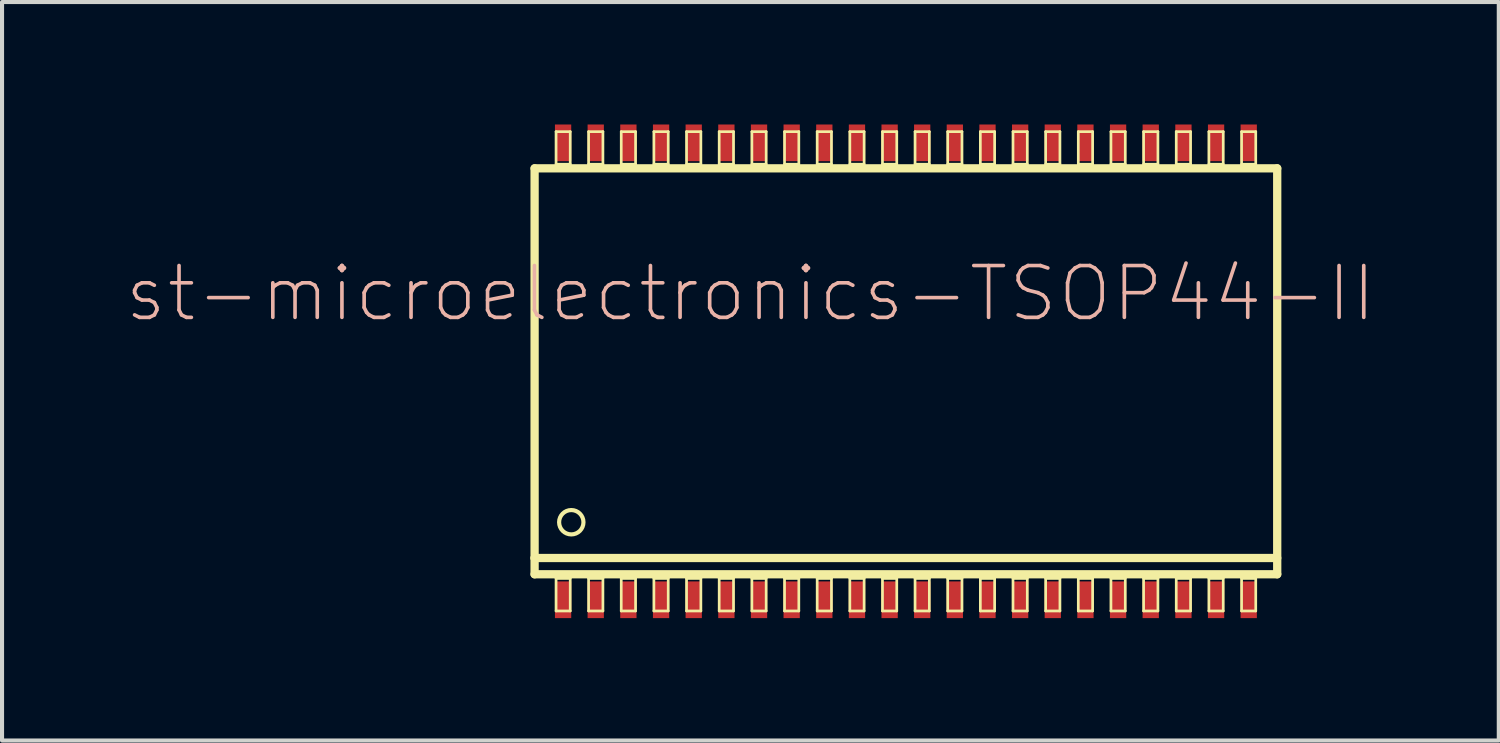
<source format=kicad_pcb>
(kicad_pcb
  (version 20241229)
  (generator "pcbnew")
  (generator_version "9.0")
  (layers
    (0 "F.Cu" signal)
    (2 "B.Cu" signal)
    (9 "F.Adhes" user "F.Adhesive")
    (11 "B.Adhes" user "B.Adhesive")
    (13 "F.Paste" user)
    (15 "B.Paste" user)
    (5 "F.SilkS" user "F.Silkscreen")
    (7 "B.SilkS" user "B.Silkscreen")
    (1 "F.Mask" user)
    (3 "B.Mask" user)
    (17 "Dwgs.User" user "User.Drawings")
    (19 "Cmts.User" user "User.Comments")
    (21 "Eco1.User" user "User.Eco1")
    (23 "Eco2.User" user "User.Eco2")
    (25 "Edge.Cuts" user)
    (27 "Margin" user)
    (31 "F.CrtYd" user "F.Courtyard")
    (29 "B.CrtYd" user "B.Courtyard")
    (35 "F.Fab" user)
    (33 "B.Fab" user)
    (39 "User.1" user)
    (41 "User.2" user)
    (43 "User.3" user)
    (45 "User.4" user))
  (footprint "st-microelectronics-TSOP44-II"
    (layer "F.Cu")
    (at 19.147 6.048)
    (property "Reference" "st-microelectronics-TSOP44-II" (at -3.81 -1.905 0) (layer "B.SilkS") (effects (font (size 1.27 1.27) (thickness 0.089))))
    (attr smd)
    (fp_line (start -9.098 -4.973) (end -9.098 4.575) (stroke (width 0.203) (type solid)) (layer "F.SilkS"))
    (fp_line (start -9.098 4.575) (end -9.098 4.973) (stroke (width 0.203) (type solid)) (layer "F.SilkS"))
    (fp_line (start -9.098 4.575) (end 9.098 4.575) (stroke (width 0.203) (type solid)) (layer "F.SilkS"))
    (fp_line (start -9.098 4.973) (end 9.098 4.973) (stroke (width 0.203) (type solid)) (layer "F.SilkS"))
    (fp_line (start -8.572 -5.872) (end -8.225 -5.872) (stroke (width 0.066) (type solid)) (layer "F.SilkS"))
    (fp_line (start -8.572 -5.075) (end -8.572 -5.872) (stroke (width 0.066) (type solid)) (layer "F.SilkS"))
    (fp_line (start -8.572 -5.075) (end -8.225 -5.075) (stroke (width 0.066) (type solid)) (layer "F.SilkS"))
    (fp_line (start -8.572 5.075) (end -8.225 5.075) (stroke (width 0.066) (type solid)) (layer "F.SilkS"))
    (fp_line (start -8.572 5.872) (end -8.572 5.075) (stroke (width 0.066) (type solid)) (layer "F.SilkS"))
    (fp_line (start -8.572 5.872) (end -8.225 5.872) (stroke (width 0.066) (type solid)) (layer "F.SilkS"))
    (fp_line (start -8.225 -5.075) (end -8.225 -5.872) (stroke (width 0.066) (type solid)) (layer "F.SilkS"))
    (fp_line (start -8.225 5.872) (end -8.225 5.075) (stroke (width 0.066) (type solid)) (layer "F.SilkS"))
    (fp_line (start -7.775 -5.872) (end -7.424 -5.872) (stroke (width 0.066) (type solid)) (layer "F.SilkS"))
    (fp_line (start -7.775 -5.075) (end -7.775 -5.872) (stroke (width 0.066) (type solid)) (layer "F.SilkS"))
    (fp_line (start -7.775 -5.075) (end -7.424 -5.075) (stroke (width 0.066) (type solid)) (layer "F.SilkS"))
    (fp_line (start -7.775 5.075) (end -7.424 5.075) (stroke (width 0.066) (type solid)) (layer "F.SilkS"))
    (fp_line (start -7.775 5.872) (end -7.775 5.075) (stroke (width 0.066) (type solid)) (layer "F.SilkS"))
    (fp_line (start -7.775 5.872) (end -7.424 5.872) (stroke (width 0.066) (type solid)) (layer "F.SilkS"))
    (fp_line (start -7.424 -5.075) (end -7.424 -5.872) (stroke (width 0.066) (type solid)) (layer "F.SilkS"))
    (fp_line (start -7.424 5.872) (end -7.424 5.075) (stroke (width 0.066) (type solid)) (layer "F.SilkS"))
    (fp_line (start -6.975 -5.872) (end -6.624 -5.872) (stroke (width 0.066) (type solid)) (layer "F.SilkS"))
    (fp_line (start -6.975 -5.075) (end -6.975 -5.872) (stroke (width 0.066) (type solid)) (layer "F.SilkS"))
    (fp_line (start -6.975 -5.075) (end -6.624 -5.075) (stroke (width 0.066) (type solid)) (layer "F.SilkS"))
    (fp_line (start -6.975 5.075) (end -6.624 5.075) (stroke (width 0.066) (type solid)) (layer "F.SilkS"))
    (fp_line (start -6.975 5.872) (end -6.975 5.075) (stroke (width 0.066) (type solid)) (layer "F.SilkS"))
    (fp_line (start -6.975 5.872) (end -6.624 5.872) (stroke (width 0.066) (type solid)) (layer "F.SilkS"))
    (fp_line (start -6.624 -5.075) (end -6.624 -5.872) (stroke (width 0.066) (type solid)) (layer "F.SilkS"))
    (fp_line (start -6.624 5.872) (end -6.624 5.075) (stroke (width 0.066) (type solid)) (layer "F.SilkS"))
    (fp_line (start -6.175 -5.872) (end -5.824 -5.872) (stroke (width 0.066) (type solid)) (layer "F.SilkS"))
    (fp_line (start -6.175 -5.075) (end -6.175 -5.872) (stroke (width 0.066) (type solid)) (layer "F.SilkS"))
    (fp_line (start -6.175 -5.075) (end -5.824 -5.075) (stroke (width 0.066) (type solid)) (layer "F.SilkS"))
    (fp_line (start -6.175 5.075) (end -5.824 5.075) (stroke (width 0.066) (type solid)) (layer "F.SilkS"))
    (fp_line (start -6.175 5.872) (end -6.175 5.075) (stroke (width 0.066) (type solid)) (layer "F.SilkS"))
    (fp_line (start -6.175 5.872) (end -5.824 5.872) (stroke (width 0.066) (type solid)) (layer "F.SilkS"))
    (fp_line (start -5.824 -5.075) (end -5.824 -5.872) (stroke (width 0.066) (type solid)) (layer "F.SilkS"))
    (fp_line (start -5.824 5.872) (end -5.824 5.075) (stroke (width 0.066) (type solid)) (layer "F.SilkS"))
    (fp_line (start -5.375 -5.872) (end -5.024 -5.872) (stroke (width 0.066) (type solid)) (layer "F.SilkS"))
    (fp_line (start -5.375 -5.075) (end -5.375 -5.872) (stroke (width 0.066) (type solid)) (layer "F.SilkS"))
    (fp_line (start -5.375 -5.075) (end -5.024 -5.075) (stroke (width 0.066) (type solid)) (layer "F.SilkS"))
    (fp_line (start -5.375 5.075) (end -5.024 5.075) (stroke (width 0.066) (type solid)) (layer "F.SilkS"))
    (fp_line (start -5.375 5.872) (end -5.375 5.075) (stroke (width 0.066) (type solid)) (layer "F.SilkS"))
    (fp_line (start -5.375 5.872) (end -5.024 5.872) (stroke (width 0.066) (type solid)) (layer "F.SilkS"))
    (fp_line (start -5.024 -5.075) (end -5.024 -5.872) (stroke (width 0.066) (type solid)) (layer "F.SilkS"))
    (fp_line (start -5.024 5.872) (end -5.024 5.075) (stroke (width 0.066) (type solid)) (layer "F.SilkS"))
    (fp_line (start -4.575 -5.872) (end -4.224 -5.872) (stroke (width 0.066) (type solid)) (layer "F.SilkS"))
    (fp_line (start -4.575 -5.075) (end -4.575 -5.872) (stroke (width 0.066) (type solid)) (layer "F.SilkS"))
    (fp_line (start -4.575 -5.075) (end -4.224 -5.075) (stroke (width 0.066) (type solid)) (layer "F.SilkS"))
    (fp_line (start -4.575 5.075) (end -4.224 5.075) (stroke (width 0.066) (type solid)) (layer "F.SilkS"))
    (fp_line (start -4.575 5.872) (end -4.575 5.075) (stroke (width 0.066) (type solid)) (layer "F.SilkS"))
    (fp_line (start -4.575 5.872) (end -4.224 5.872) (stroke (width 0.066) (type solid)) (layer "F.SilkS"))
    (fp_line (start -4.224 -5.075) (end -4.224 -5.872) (stroke (width 0.066) (type solid)) (layer "F.SilkS"))
    (fp_line (start -4.224 5.872) (end -4.224 5.075) (stroke (width 0.066) (type solid)) (layer "F.SilkS"))
    (fp_line (start -3.774 -5.872) (end -3.424 -5.872) (stroke (width 0.066) (type solid)) (layer "F.SilkS"))
    (fp_line (start -3.774 -5.075) (end -3.774 -5.872) (stroke (width 0.066) (type solid)) (layer "F.SilkS"))
    (fp_line (start -3.774 -5.075) (end -3.424 -5.075) (stroke (width 0.066) (type solid)) (layer "F.SilkS"))
    (fp_line (start -3.774 5.075) (end -3.424 5.075) (stroke (width 0.066) (type solid)) (layer "F.SilkS"))
    (fp_line (start -3.774 5.872) (end -3.774 5.075) (stroke (width 0.066) (type solid)) (layer "F.SilkS"))
    (fp_line (start -3.774 5.872) (end -3.424 5.872) (stroke (width 0.066) (type solid)) (layer "F.SilkS"))
    (fp_line (start -3.424 -5.075) (end -3.424 -5.872) (stroke (width 0.066) (type solid)) (layer "F.SilkS"))
    (fp_line (start -3.424 5.872) (end -3.424 5.075) (stroke (width 0.066) (type solid)) (layer "F.SilkS"))
    (fp_line (start -2.974 -5.872) (end -2.624 -5.872) (stroke (width 0.066) (type solid)) (layer "F.SilkS"))
    (fp_line (start -2.974 -5.075) (end -2.974 -5.872) (stroke (width 0.066) (type solid)) (layer "F.SilkS"))
    (fp_line (start -2.974 -5.075) (end -2.624 -5.075) (stroke (width 0.066) (type solid)) (layer "F.SilkS"))
    (fp_line (start -2.974 5.075) (end -2.624 5.075) (stroke (width 0.066) (type solid)) (layer "F.SilkS"))
    (fp_line (start -2.974 5.872) (end -2.974 5.075) (stroke (width 0.066) (type solid)) (layer "F.SilkS"))
    (fp_line (start -2.974 5.872) (end -2.624 5.872) (stroke (width 0.066) (type solid)) (layer "F.SilkS"))
    (fp_line (start -2.624 -5.075) (end -2.624 -5.872) (stroke (width 0.066) (type solid)) (layer "F.SilkS"))
    (fp_line (start -2.624 5.872) (end -2.624 5.075) (stroke (width 0.066) (type solid)) (layer "F.SilkS"))
    (fp_line (start -2.174 -5.872) (end -1.824 -5.872) (stroke (width 0.066) (type solid)) (layer "F.SilkS"))
    (fp_line (start -2.174 -5.075) (end -2.174 -5.872) (stroke (width 0.066) (type solid)) (layer "F.SilkS"))
    (fp_line (start -2.174 -5.075) (end -1.824 -5.075) (stroke (width 0.066) (type solid)) (layer "F.SilkS"))
    (fp_line (start -2.174 5.075) (end -1.824 5.075) (stroke (width 0.066) (type solid)) (layer "F.SilkS"))
    (fp_line (start -2.174 5.872) (end -2.174 5.075) (stroke (width 0.066) (type solid)) (layer "F.SilkS"))
    (fp_line (start -2.174 5.872) (end -1.824 5.872) (stroke (width 0.066) (type solid)) (layer "F.SilkS"))
    (fp_line (start -1.824 -5.075) (end -1.824 -5.872) (stroke (width 0.066) (type solid)) (layer "F.SilkS"))
    (fp_line (start -1.824 5.872) (end -1.824 5.075) (stroke (width 0.066) (type solid)) (layer "F.SilkS"))
    (fp_line (start -1.374 -5.872) (end -1.024 -5.872) (stroke (width 0.066) (type solid)) (layer "F.SilkS"))
    (fp_line (start -1.374 -5.075) (end -1.374 -5.872) (stroke (width 0.066) (type solid)) (layer "F.SilkS"))
    (fp_line (start -1.374 -5.075) (end -1.024 -5.075) (stroke (width 0.066) (type solid)) (layer "F.SilkS"))
    (fp_line (start -1.374 5.075) (end -1.024 5.075) (stroke (width 0.066) (type solid)) (layer "F.SilkS"))
    (fp_line (start -1.374 5.872) (end -1.374 5.075) (stroke (width 0.066) (type solid)) (layer "F.SilkS"))
    (fp_line (start -1.374 5.872) (end -1.024 5.872) (stroke (width 0.066) (type solid)) (layer "F.SilkS"))
    (fp_line (start -1.024 -5.075) (end -1.024 -5.872) (stroke (width 0.066) (type solid)) (layer "F.SilkS"))
    (fp_line (start -1.024 5.872) (end -1.024 5.075) (stroke (width 0.066) (type solid)) (layer "F.SilkS"))
    (fp_line (start -0.574 -5.872) (end -0.224 -5.872) (stroke (width 0.066) (type solid)) (layer "F.SilkS"))
    (fp_line (start -0.574 -5.075) (end -0.574 -5.872) (stroke (width 0.066) (type solid)) (layer "F.SilkS"))
    (fp_line (start -0.574 -5.075) (end -0.224 -5.075) (stroke (width 0.066) (type solid)) (layer "F.SilkS"))
    (fp_line (start -0.574 5.075) (end -0.224 5.075) (stroke (width 0.066) (type solid)) (layer "F.SilkS"))
    (fp_line (start -0.574 5.872) (end -0.574 5.075) (stroke (width 0.066) (type solid)) (layer "F.SilkS"))
    (fp_line (start -0.574 5.872) (end -0.224 5.872) (stroke (width 0.066) (type solid)) (layer "F.SilkS"))
    (fp_line (start -0.224 -5.075) (end -0.224 -5.872) (stroke (width 0.066) (type solid)) (layer "F.SilkS"))
    (fp_line (start -0.224 5.872) (end -0.224 5.075) (stroke (width 0.066) (type solid)) (layer "F.SilkS"))
    (fp_line (start 0.224 -5.872) (end 0.574 -5.872) (stroke (width 0.066) (type solid)) (layer "F.SilkS"))
    (fp_line (start 0.224 -5.075) (end 0.224 -5.872) (stroke (width 0.066) (type solid)) (layer "F.SilkS"))
    (fp_line (start 0.224 -5.075) (end 0.574 -5.075) (stroke (width 0.066) (type solid)) (layer "F.SilkS"))
    (fp_line (start 0.224 5.075) (end 0.574 5.075) (stroke (width 0.066) (type solid)) (layer "F.SilkS"))
    (fp_line (start 0.224 5.872) (end 0.224 5.075) (stroke (width 0.066) (type solid)) (layer "F.SilkS"))
    (fp_line (start 0.224 5.872) (end 0.574 5.872) (stroke (width 0.066) (type solid)) (layer "F.SilkS"))
    (fp_line (start 0.574 -5.075) (end 0.574 -5.872) (stroke (width 0.066) (type solid)) (layer "F.SilkS"))
    (fp_line (start 0.574 5.872) (end 0.574 5.075) (stroke (width 0.066) (type solid)) (layer "F.SilkS"))
    (fp_line (start 1.024 -5.872) (end 1.374 -5.872) (stroke (width 0.066) (type solid)) (layer "F.SilkS"))
    (fp_line (start 1.024 -5.075) (end 1.024 -5.872) (stroke (width 0.066) (type solid)) (layer "F.SilkS"))
    (fp_line (start 1.024 -5.075) (end 1.374 -5.075) (stroke (width 0.066) (type solid)) (layer "F.SilkS"))
    (fp_line (start 1.024 5.075) (end 1.374 5.075) (stroke (width 0.066) (type solid)) (layer "F.SilkS"))
    (fp_line (start 1.024 5.872) (end 1.024 5.075) (stroke (width 0.066) (type solid)) (layer "F.SilkS"))
    (fp_line (start 1.024 5.872) (end 1.374 5.872) (stroke (width 0.066) (type solid)) (layer "F.SilkS"))
    (fp_line (start 1.374 -5.075) (end 1.374 -5.872) (stroke (width 0.066) (type solid)) (layer "F.SilkS"))
    (fp_line (start 1.374 5.872) (end 1.374 5.075) (stroke (width 0.066) (type solid)) (layer "F.SilkS"))
    (fp_line (start 1.824 -5.872) (end 2.174 -5.872) (stroke (width 0.066) (type solid)) (layer "F.SilkS"))
    (fp_line (start 1.824 -5.075) (end 1.824 -5.872) (stroke (width 0.066) (type solid)) (layer "F.SilkS"))
    (fp_line (start 1.824 -5.075) (end 2.174 -5.075) (stroke (width 0.066) (type solid)) (layer "F.SilkS"))
    (fp_line (start 1.824 5.075) (end 2.174 5.075) (stroke (width 0.066) (type solid)) (layer "F.SilkS"))
    (fp_line (start 1.824 5.872) (end 1.824 5.075) (stroke (width 0.066) (type solid)) (layer "F.SilkS"))
    (fp_line (start 1.824 5.872) (end 2.174 5.872) (stroke (width 0.066) (type solid)) (layer "F.SilkS"))
    (fp_line (start 2.174 -5.075) (end 2.174 -5.872) (stroke (width 0.066) (type solid)) (layer "F.SilkS"))
    (fp_line (start 2.174 5.872) (end 2.174 5.075) (stroke (width 0.066) (type solid)) (layer "F.SilkS"))
    (fp_line (start 2.624 -5.872) (end 2.974 -5.872) (stroke (width 0.066) (type solid)) (layer "F.SilkS"))
    (fp_line (start 2.624 -5.075) (end 2.624 -5.872) (stroke (width 0.066) (type solid)) (layer "F.SilkS"))
    (fp_line (start 2.624 -5.075) (end 2.974 -5.075) (stroke (width 0.066) (type solid)) (layer "F.SilkS"))
    (fp_line (start 2.624 5.075) (end 2.974 5.075) (stroke (width 0.066) (type solid)) (layer "F.SilkS"))
    (fp_line (start 2.624 5.872) (end 2.624 5.075) (stroke (width 0.066) (type solid)) (layer "F.SilkS"))
    (fp_line (start 2.624 5.872) (end 2.974 5.872) (stroke (width 0.066) (type solid)) (layer "F.SilkS"))
    (fp_line (start 2.974 -5.075) (end 2.974 -5.872) (stroke (width 0.066) (type solid)) (layer "F.SilkS"))
    (fp_line (start 2.974 5.872) (end 2.974 5.075) (stroke (width 0.066) (type solid)) (layer "F.SilkS"))
    (fp_line (start 3.424 -5.872) (end 3.774 -5.872) (stroke (width 0.066) (type solid)) (layer "F.SilkS"))
    (fp_line (start 3.424 -5.075) (end 3.424 -5.872) (stroke (width 0.066) (type solid)) (layer "F.SilkS"))
    (fp_line (start 3.424 -5.075) (end 3.774 -5.075) (stroke (width 0.066) (type solid)) (layer "F.SilkS"))
    (fp_line (start 3.424 5.075) (end 3.774 5.075) (stroke (width 0.066) (type solid)) (layer "F.SilkS"))
    (fp_line (start 3.424 5.872) (end 3.424 5.075) (stroke (width 0.066) (type solid)) (layer "F.SilkS"))
    (fp_line (start 3.424 5.872) (end 3.774 5.872) (stroke (width 0.066) (type solid)) (layer "F.SilkS"))
    (fp_line (start 3.774 -5.075) (end 3.774 -5.872) (stroke (width 0.066) (type solid)) (layer "F.SilkS"))
    (fp_line (start 3.774 5.872) (end 3.774 5.075) (stroke (width 0.066) (type solid)) (layer "F.SilkS"))
    (fp_line (start 4.224 -5.872) (end 4.575 -5.872) (stroke (width 0.066) (type solid)) (layer "F.SilkS"))
    (fp_line (start 4.224 -5.075) (end 4.224 -5.872) (stroke (width 0.066) (type solid)) (layer "F.SilkS"))
    (fp_line (start 4.224 -5.075) (end 4.575 -5.075) (stroke (width 0.066) (type solid)) (layer "F.SilkS"))
    (fp_line (start 4.224 5.075) (end 4.575 5.075) (stroke (width 0.066) (type solid)) (layer "F.SilkS"))
    (fp_line (start 4.224 5.872) (end 4.224 5.075) (stroke (width 0.066) (type solid)) (layer "F.SilkS"))
    (fp_line (start 4.224 5.872) (end 4.575 5.872) (stroke (width 0.066) (type solid)) (layer "F.SilkS"))
    (fp_line (start 4.575 -5.075) (end 4.575 -5.872) (stroke (width 0.066) (type solid)) (layer "F.SilkS"))
    (fp_line (start 4.575 5.872) (end 4.575 5.075) (stroke (width 0.066) (type solid)) (layer "F.SilkS"))
    (fp_line (start 5.024 -5.872) (end 5.375 -5.872) (stroke (width 0.066) (type solid)) (layer "F.SilkS"))
    (fp_line (start 5.024 -5.075) (end 5.024 -5.872) (stroke (width 0.066) (type solid)) (layer "F.SilkS"))
    (fp_line (start 5.024 -5.075) (end 5.375 -5.075) (stroke (width 0.066) (type solid)) (layer "F.SilkS"))
    (fp_line (start 5.024 5.075) (end 5.375 5.075) (stroke (width 0.066) (type solid)) (layer "F.SilkS"))
    (fp_line (start 5.024 5.872) (end 5.024 5.075) (stroke (width 0.066) (type solid)) (layer "F.SilkS"))
    (fp_line (start 5.024 5.872) (end 5.375 5.872) (stroke (width 0.066) (type solid)) (layer "F.SilkS"))
    (fp_line (start 5.375 -5.075) (end 5.375 -5.872) (stroke (width 0.066) (type solid)) (layer "F.SilkS"))
    (fp_line (start 5.375 5.872) (end 5.375 5.075) (stroke (width 0.066) (type solid)) (layer "F.SilkS"))
    (fp_line (start 5.824 -5.872) (end 6.175 -5.872) (stroke (width 0.066) (type solid)) (layer "F.SilkS"))
    (fp_line (start 5.824 -5.075) (end 5.824 -5.872) (stroke (width 0.066) (type solid)) (layer "F.SilkS"))
    (fp_line (start 5.824 -5.075) (end 6.175 -5.075) (stroke (width 0.066) (type solid)) (layer "F.SilkS"))
    (fp_line (start 5.824 5.075) (end 6.175 5.075) (stroke (width 0.066) (type solid)) (layer "F.SilkS"))
    (fp_line (start 5.824 5.872) (end 5.824 5.075) (stroke (width 0.066) (type solid)) (layer "F.SilkS"))
    (fp_line (start 5.824 5.872) (end 6.175 5.872) (stroke (width 0.066) (type solid)) (layer "F.SilkS"))
    (fp_line (start 6.175 -5.075) (end 6.175 -5.872) (stroke (width 0.066) (type solid)) (layer "F.SilkS"))
    (fp_line (start 6.175 5.872) (end 6.175 5.075) (stroke (width 0.066) (type solid)) (layer "F.SilkS"))
    (fp_line (start 6.624 -5.872) (end 6.975 -5.872) (stroke (width 0.066) (type solid)) (layer "F.SilkS"))
    (fp_line (start 6.624 -5.075) (end 6.624 -5.872) (stroke (width 0.066) (type solid)) (layer "F.SilkS"))
    (fp_line (start 6.624 -5.075) (end 6.975 -5.075) (stroke (width 0.066) (type solid)) (layer "F.SilkS"))
    (fp_line (start 6.624 5.075) (end 6.975 5.075) (stroke (width 0.066) (type solid)) (layer "F.SilkS"))
    (fp_line (start 6.624 5.872) (end 6.624 5.075) (stroke (width 0.066) (type solid)) (layer "F.SilkS"))
    (fp_line (start 6.624 5.872) (end 6.975 5.872) (stroke (width 0.066) (type solid)) (layer "F.SilkS"))
    (fp_line (start 6.975 -5.075) (end 6.975 -5.872) (stroke (width 0.066) (type solid)) (layer "F.SilkS"))
    (fp_line (start 6.975 5.872) (end 6.975 5.075) (stroke (width 0.066) (type solid)) (layer "F.SilkS"))
    (fp_line (start 7.424 -5.872) (end 7.775 -5.872) (stroke (width 0.066) (type solid)) (layer "F.SilkS"))
    (fp_line (start 7.424 -5.075) (end 7.424 -5.872) (stroke (width 0.066) (type solid)) (layer "F.SilkS"))
    (fp_line (start 7.424 -5.075) (end 7.775 -5.075) (stroke (width 0.066) (type solid)) (layer "F.SilkS"))
    (fp_line (start 7.424 5.075) (end 7.775 5.075) (stroke (width 0.066) (type solid)) (layer "F.SilkS"))
    (fp_line (start 7.424 5.872) (end 7.424 5.075) (stroke (width 0.066) (type solid)) (layer "F.SilkS"))
    (fp_line (start 7.424 5.872) (end 7.775 5.872) (stroke (width 0.066) (type solid)) (layer "F.SilkS"))
    (fp_line (start 7.775 -5.075) (end 7.775 -5.872) (stroke (width 0.066) (type solid)) (layer "F.SilkS"))
    (fp_line (start 7.775 5.872) (end 7.775 5.075) (stroke (width 0.066) (type solid)) (layer "F.SilkS"))
    (fp_line (start 8.225 -5.872) (end 8.572 -5.872) (stroke (width 0.066) (type solid)) (layer "F.SilkS"))
    (fp_line (start 8.225 -5.075) (end 8.225 -5.872) (stroke (width 0.066) (type solid)) (layer "F.SilkS"))
    (fp_line (start 8.225 -5.075) (end 8.572 -5.075) (stroke (width 0.066) (type solid)) (layer "F.SilkS"))
    (fp_line (start 8.225 5.075) (end 8.572 5.075) (stroke (width 0.066) (type solid)) (layer "F.SilkS"))
    (fp_line (start 8.225 5.872) (end 8.225 5.075) (stroke (width 0.066) (type solid)) (layer "F.SilkS"))
    (fp_line (start 8.225 5.872) (end 8.572 5.872) (stroke (width 0.066) (type solid)) (layer "F.SilkS"))
    (fp_line (start 8.572 -5.075) (end 8.572 -5.872) (stroke (width 0.066) (type solid)) (layer "F.SilkS"))
    (fp_line (start 8.572 5.872) (end 8.572 5.075) (stroke (width 0.066) (type solid)) (layer "F.SilkS"))
    (fp_line (start 9.098 -4.973) (end -9.098 -4.973) (stroke (width 0.203) (type solid)) (layer "F.SilkS"))
    (fp_line (start 9.098 4.973) (end 9.098 -4.973) (stroke (width 0.203) (type solid)) (layer "F.SilkS"))
    (fp_circle (center -8.199 3.698) (end -8.41 3.909) (stroke (width 0.102) (type solid)) (fill no) (layer "F.SilkS"))
    (pad "1" smd rect (at -8.4 5.598) (size 0.399 0.899) (layers "F.Cu" "F.Mask" "F.Paste"))
    (pad "2" smd rect (at -7.6 5.598) (size 0.399 0.899) (layers "F.Cu" "F.Mask" "F.Paste"))
    (pad "3" smd rect (at -6.8 5.598) (size 0.399 0.899) (layers "F.Cu" "F.Mask" "F.Paste"))
    (pad "4" smd rect (at -5.999 5.598) (size 0.399 0.899) (layers "F.Cu" "F.Mask" "F.Paste"))
    (pad "5" smd rect (at -5.199 5.598) (size 0.399 0.899) (layers "F.Cu" "F.Mask" "F.Paste"))
    (pad "6" smd rect (at -4.399 5.598) (size 0.399 0.899) (layers "F.Cu" "F.Mask" "F.Paste"))
    (pad "7" smd rect (at -3.599 5.598) (size 0.399 0.899) (layers "F.Cu" "F.Mask" "F.Paste"))
    (pad "8" smd rect (at -2.799 5.598) (size 0.399 0.899) (layers "F.Cu" "F.Mask" "F.Paste"))
    (pad "9" smd rect (at -1.999 5.598) (size 0.399 0.899) (layers "F.Cu" "F.Mask" "F.Paste"))
    (pad "10" smd rect (at -1.199 5.598) (size 0.399 0.899) (layers "F.Cu" "F.Mask" "F.Paste"))
    (pad "11" smd rect (at -0.399 5.598) (size 0.399 0.899) (layers "F.Cu" "F.Mask" "F.Paste"))
    (pad "12" smd rect (at 0.399 5.598) (size 0.399 0.899) (layers "F.Cu" "F.Mask" "F.Paste"))
    (pad "13" smd rect (at 1.199 5.598) (size 0.399 0.899) (layers "F.Cu" "F.Mask" "F.Paste"))
    (pad "14" smd rect (at 1.999 5.598) (size 0.399 0.899) (layers "F.Cu" "F.Mask" "F.Paste"))
    (pad "15" smd rect (at 2.799 5.598) (size 0.399 0.899) (layers "F.Cu" "F.Mask" "F.Paste"))
    (pad "16" smd rect (at 3.599 5.598) (size 0.399 0.899) (layers "F.Cu" "F.Mask" "F.Paste"))
    (pad "17" smd rect (at 4.399 5.598) (size 0.399 0.899) (layers "F.Cu" "F.Mask" "F.Paste"))
    (pad "18" smd rect (at 5.199 5.598) (size 0.399 0.899) (layers "F.Cu" "F.Mask" "F.Paste"))
    (pad "19" smd rect (at 5.999 5.598) (size 0.399 0.899) (layers "F.Cu" "F.Mask" "F.Paste"))
    (pad "20" smd rect (at 6.8 5.598) (size 0.399 0.899) (layers "F.Cu" "F.Mask" "F.Paste"))
    (pad "21" smd rect (at 7.6 5.598) (size 0.399 0.899) (layers "F.Cu" "F.Mask" "F.Paste"))
    (pad "22" smd rect (at 8.4 5.598) (size 0.399 0.899) (layers "F.Cu" "F.Mask" "F.Paste"))
    (pad "23" smd rect (at 8.4 -5.598) (size 0.399 0.899) (layers "F.Cu" "F.Mask" "F.Paste"))
    (pad "24" smd rect (at 7.6 -5.598) (size 0.399 0.899) (layers "F.Cu" "F.Mask" "F.Paste"))
    (pad "25" smd rect (at 6.8 -5.598) (size 0.399 0.899) (layers "F.Cu" "F.Mask" "F.Paste"))
    (pad "26" smd rect (at 5.999 -5.598) (size 0.399 0.899) (layers "F.Cu" "F.Mask" "F.Paste"))
    (pad "27" smd rect (at 5.199 -5.598) (size 0.399 0.899) (layers "F.Cu" "F.Mask" "F.Paste"))
    (pad "28" smd rect (at 4.399 -5.598) (size 0.399 0.899) (layers "F.Cu" "F.Mask" "F.Paste"))
    (pad "29" smd rect (at 3.599 -5.598) (size 0.399 0.899) (layers "F.Cu" "F.Mask" "F.Paste"))
    (pad "30" smd rect (at 2.799 -5.598) (size 0.399 0.899) (layers "F.Cu" "F.Mask" "F.Paste"))
    (pad "31" smd rect (at 1.999 -5.598) (size 0.399 0.899) (layers "F.Cu" "F.Mask" "F.Paste"))
    (pad "32" smd rect (at 1.199 -5.598) (size 0.399 0.899) (layers "F.Cu" "F.Mask" "F.Paste"))
    (pad "33" smd rect (at 0.399 -5.598) (size 0.399 0.899) (layers "F.Cu" "F.Mask" "F.Paste"))
    (pad "34" smd rect (at -0.399 -5.598) (size 0.399 0.899) (layers "F.Cu" "F.Mask" "F.Paste"))
    (pad "35" smd rect (at -1.199 -5.598) (size 0.399 0.899) (layers "F.Cu" "F.Mask" "F.Paste"))
    (pad "36" smd rect (at -1.999 -5.598) (size 0.399 0.899) (layers "F.Cu" "F.Mask" "F.Paste"))
    (pad "37" smd rect (at -2.799 -5.598) (size 0.399 0.899) (layers "F.Cu" "F.Mask" "F.Paste"))
    (pad "38" smd rect (at -3.599 -5.598) (size 0.399 0.899) (layers "F.Cu" "F.Mask" "F.Paste"))
    (pad "39" smd rect (at -4.399 -5.598) (size 0.399 0.899) (layers "F.Cu" "F.Mask" "F.Paste"))
    (pad "40" smd rect (at -5.199 -5.598) (size 0.399 0.899) (layers "F.Cu" "F.Mask" "F.Paste"))
    (pad "41" smd rect (at -5.999 -5.598) (size 0.399 0.899) (layers "F.Cu" "F.Mask" "F.Paste"))
    (pad "42" smd rect (at -6.8 -5.598) (size 0.399 0.899) (layers "F.Cu" "F.Mask" "F.Paste"))
    (pad "43" smd rect (at -7.6 -5.598) (size 0.399 0.899) (layers "F.Cu" "F.Mask" "F.Paste"))
    (pad "44" smd rect (at -8.4 -5.598) (size 0.399 0.899) (layers "F.Cu" "F.Mask" "F.Paste")))
  (gr_rect
    (start -3 -3)
    (end 33.674 15.095)
    (stroke (width 0.1) (type default))
    (fill no)
    (layer "Edge.Cuts")))
</source>
